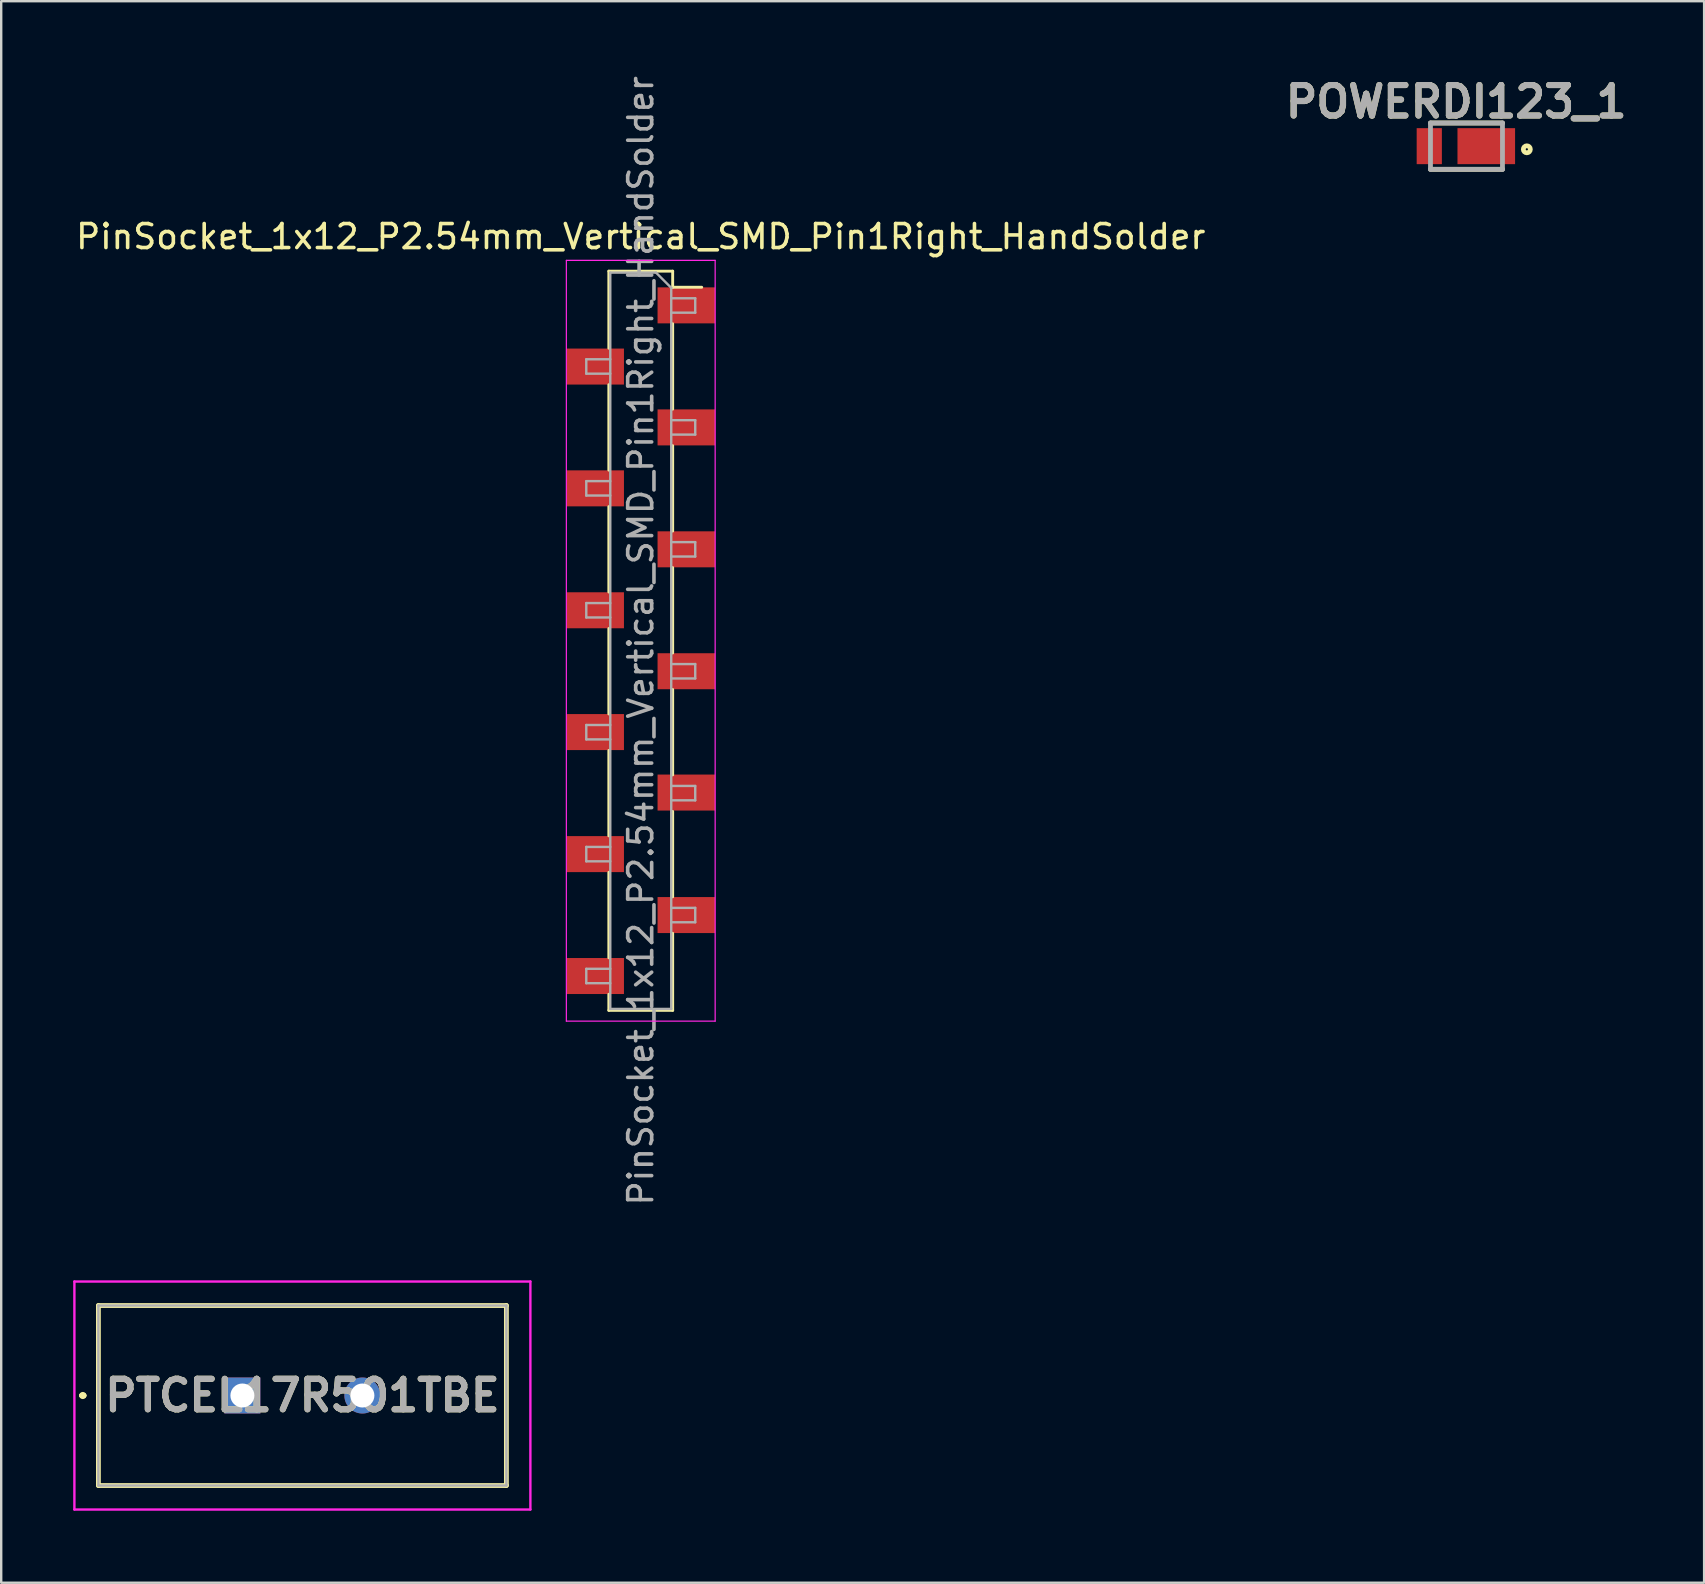
<source format=kicad_pcb>
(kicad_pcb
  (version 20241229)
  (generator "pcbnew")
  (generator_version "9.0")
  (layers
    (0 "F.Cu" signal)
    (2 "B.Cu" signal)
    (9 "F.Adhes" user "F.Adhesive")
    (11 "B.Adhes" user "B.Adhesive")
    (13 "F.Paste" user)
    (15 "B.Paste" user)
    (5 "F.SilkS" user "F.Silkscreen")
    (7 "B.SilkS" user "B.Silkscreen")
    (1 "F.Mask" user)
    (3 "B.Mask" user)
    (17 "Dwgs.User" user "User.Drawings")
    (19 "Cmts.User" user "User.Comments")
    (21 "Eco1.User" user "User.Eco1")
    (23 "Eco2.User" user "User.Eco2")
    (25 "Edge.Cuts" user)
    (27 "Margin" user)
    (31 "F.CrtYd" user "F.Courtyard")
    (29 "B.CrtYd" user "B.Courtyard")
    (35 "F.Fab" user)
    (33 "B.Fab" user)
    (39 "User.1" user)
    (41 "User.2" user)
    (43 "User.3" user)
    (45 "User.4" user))
  (footprint "PTCEL17R501TBE"
    (layer "F.Cu")
    (at 7.05 55.098)
    (property "Reference" "PTCEL17R501TBE" (at 2.5 0 0) (layer "F.SilkS") (effects (font (size 1.27 1.27) (thickness 0.254))))
    (attr through_hole)
    (fp_line (start -6.7 0) (end -6.7 0) (stroke (width 0.2) (type solid)) (layer "F.SilkS"))
    (fp_line (start -6.7 0) (end -6.6 0) (stroke (width 0.2) (type solid)) (layer "F.SilkS"))
    (fp_line (start -6.6 0) (end -6.6 0) (stroke (width 0.2) (type solid)) (layer "F.SilkS"))
    (fp_line (start -6 -3.75) (end 11 -3.75) (stroke (width 0.2) (type solid)) (layer "F.SilkS"))
    (fp_line (start -6 3.75) (end -6 -3.75) (stroke (width 0.2) (type solid)) (layer "F.SilkS"))
    (fp_line (start 11 -3.75) (end 11 3.75) (stroke (width 0.2) (type solid)) (layer "F.SilkS"))
    (fp_line (start 11 3.75) (end -6 3.75) (stroke (width 0.2) (type solid)) (layer "F.SilkS"))
    (fp_arc (start -6.7 0) (mid -6.65 -0.05) (end -6.6 0) (stroke (width 0.2) (type solid)) (layer "F.SilkS"))
    (fp_arc (start -6.6 0) (mid -6.65 0.05) (end -6.7 0) (stroke (width 0.2) (type solid)) (layer "F.SilkS"))
    (fp_line (start -7 -4.75) (end 12 -4.75) (stroke (width 0.1) (type solid)) (layer "F.CrtYd"))
    (fp_line (start -7 4.75) (end -7 -4.75) (stroke (width 0.1) (type solid)) (layer "F.CrtYd"))
    (fp_line (start 12 -4.75) (end 12 4.75) (stroke (width 0.1) (type solid)) (layer "F.CrtYd"))
    (fp_line (start 12 4.75) (end -7 4.75) (stroke (width 0.1) (type solid)) (layer "F.CrtYd"))
    (fp_line (start -6 -3.75) (end 11 -3.75) (stroke (width 0.1) (type solid)) (layer "F.Fab"))
    (fp_line (start -6 3.75) (end -6 -3.75) (stroke (width 0.1) (type solid)) (layer "F.Fab"))
    (fp_line (start 11 -3.75) (end 11 3.75) (stroke (width 0.1) (type solid)) (layer "F.Fab"))
    (fp_line (start 11 3.75) (end -6 3.75) (stroke (width 0.1) (type solid)) (layer "F.Fab"))
    (fp_text user "${REFERENCE}" (at 2.5 0 0) (layer "F.Fab") (effects (font (size 1.27 1.27) (thickness 0.254))))
    (pad "1" thru_hole rect (at 0 0) (size 1.5 1.5) (drill 1) (layers "*.Cu" "*.Mask"))
    (pad "2" thru_hole circle (at 5 0) (size 1.5 1.5) (drill 1) (layers "*.Cu" "*.Mask")))
  (footprint "POWERDI123_1"
    (layer "F.Cu")
    (at 58.055 3.04)
    (property "Reference" "POWERDI123_1" (at -0.428 -1.851 0) (layer "F.SilkS") (effects (font (size 1.27 1.27) (thickness 0.254))))
    (attr smd)
    (fp_line (start 1.5 -0.965) (end -1.5 -0.965) (stroke (width 0.2) (type solid)) (layer "F.SilkS"))
    (fp_line (start 1.5 0.965) (end -1.5 0.965) (stroke (width 0.2) (type solid)) (layer "F.SilkS"))
    (fp_circle (center 2.515 0.131) (end 2.515 0.177) (stroke (width 0.2) (type solid)) (fill no) (layer "F.SilkS"))
    (fp_line (start -1.5 -0.965) (end 1.5 -0.965) (stroke (width 0.2) (type solid)) (layer "F.Fab"))
    (fp_line (start -1.5 0.965) (end -1.5 -0.965) (stroke (width 0.2) (type solid)) (layer "F.Fab"))
    (fp_line (start 1.5 -0.965) (end 1.5 0.965) (stroke (width 0.2) (type solid)) (layer "F.Fab"))
    (fp_line (start 1.5 0.965) (end -1.5 0.965) (stroke (width 0.2) (type solid)) (layer "F.Fab"))
    (fp_text user "${REFERENCE}" (at -0.428 -1.851 0) (layer "F.Fab") (effects (font (size 1.27 1.27) (thickness 0.254))))
    (pad "1" smd rect (at 0.825 0 90) (size 1.5 2.4) (layers "F.Cu" "F.Mask" "F.Paste"))
    (pad "2" smd rect (at -1.55 0) (size 1.05 1.5) (layers "F.Cu" "F.Mask" "F.Paste")))
  (footprint "PinSocket_1x12_P2.54mm_Vertical_SMD_Pin1Right_HandSolder"
    (layer "F.Cu")
    (at 23.649 23.649)
    (property "Reference" "PinSocket_1x12_P2.54mm_Vertical_SMD_Pin1Right_HandSolder" (at 0 -16.84 0) (layer "F.SilkS") (effects (font (size 1 1) (thickness 0.15))))
    (attr smd)
    (fp_line (start -1.33 -15.4) (end -1.33 -12.19) (stroke (width 0.12) (type solid)) (layer "F.SilkS"))
    (fp_line (start -1.33 -15.4) (end 1.33 -15.4) (stroke (width 0.12) (type solid)) (layer "F.SilkS"))
    (fp_line (start -1.33 -10.67) (end -1.33 -7.11) (stroke (width 0.12) (type solid)) (layer "F.SilkS"))
    (fp_line (start -1.33 -5.59) (end -1.33 -2.03) (stroke (width 0.12) (type solid)) (layer "F.SilkS"))
    (fp_line (start -1.33 -0.51) (end -1.33 3.05) (stroke (width 0.12) (type solid)) (layer "F.SilkS"))
    (fp_line (start -1.33 4.57) (end -1.33 8.13) (stroke (width 0.12) (type solid)) (layer "F.SilkS"))
    (fp_line (start -1.33 9.65) (end -1.33 13.21) (stroke (width 0.12) (type solid)) (layer "F.SilkS"))
    (fp_line (start -1.33 14.73) (end -1.33 15.4) (stroke (width 0.12) (type solid)) (layer "F.SilkS"))
    (fp_line (start -1.33 15.4) (end 1.33 15.4) (stroke (width 0.12) (type solid)) (layer "F.SilkS"))
    (fp_line (start 1.33 -15.4) (end 1.33 -14.73) (stroke (width 0.12) (type solid)) (layer "F.SilkS"))
    (fp_line (start 1.33 -14.73) (end 2.54 -14.73) (stroke (width 0.12) (type solid)) (layer "F.SilkS"))
    (fp_line (start 1.33 -13.21) (end 1.33 -9.65) (stroke (width 0.12) (type solid)) (layer "F.SilkS"))
    (fp_line (start 1.33 -8.13) (end 1.33 -4.57) (stroke (width 0.12) (type solid)) (layer "F.SilkS"))
    (fp_line (start 1.33 -3.05) (end 1.33 0.51) (stroke (width 0.12) (type solid)) (layer "F.SilkS"))
    (fp_line (start 1.33 2.03) (end 1.33 5.59) (stroke (width 0.12) (type solid)) (layer "F.SilkS"))
    (fp_line (start 1.33 7.11) (end 1.33 10.67) (stroke (width 0.12) (type solid)) (layer "F.SilkS"))
    (fp_line (start 1.33 12.19) (end 1.33 15.4) (stroke (width 0.12) (type solid)) (layer "F.SilkS"))
    (fp_line (start -3.1 -15.85) (end 3.1 -15.85) (stroke (width 0.05) (type solid)) (layer "F.CrtYd"))
    (fp_line (start -3.1 15.85) (end -3.1 -15.85) (stroke (width 0.05) (type solid)) (layer "F.CrtYd"))
    (fp_line (start 3.1 -15.85) (end 3.1 15.85) (stroke (width 0.05) (type solid)) (layer "F.CrtYd"))
    (fp_line (start 3.1 15.85) (end -3.1 15.85) (stroke (width 0.05) (type solid)) (layer "F.CrtYd"))
    (fp_line (start -2.27 -11.73) (end -1.27 -11.73) (stroke (width 0.1) (type solid)) (layer "F.Fab"))
    (fp_line (start -2.27 -11.13) (end -2.27 -11.73) (stroke (width 0.1) (type solid)) (layer "F.Fab"))
    (fp_line (start -2.27 -6.65) (end -1.27 -6.65) (stroke (width 0.1) (type solid)) (layer "F.Fab"))
    (fp_line (start -2.27 -6.05) (end -2.27 -6.65) (stroke (width 0.1) (type solid)) (layer "F.Fab"))
    (fp_line (start -2.27 -1.57) (end -1.27 -1.57) (stroke (width 0.1) (type solid)) (layer "F.Fab"))
    (fp_line (start -2.27 -0.97) (end -2.27 -1.57) (stroke (width 0.1) (type solid)) (layer "F.Fab"))
    (fp_line (start -2.27 3.51) (end -1.27 3.51) (stroke (width 0.1) (type solid)) (layer "F.Fab"))
    (fp_line (start -2.27 4.11) (end -2.27 3.51) (stroke (width 0.1) (type solid)) (layer "F.Fab"))
    (fp_line (start -2.27 8.59) (end -1.27 8.59) (stroke (width 0.1) (type solid)) (layer "F.Fab"))
    (fp_line (start -2.27 9.19) (end -2.27 8.59) (stroke (width 0.1) (type solid)) (layer "F.Fab"))
    (fp_line (start -2.27 13.67) (end -1.27 13.67) (stroke (width 0.1) (type solid)) (layer "F.Fab"))
    (fp_line (start -2.27 14.27) (end -2.27 13.67) (stroke (width 0.1) (type solid)) (layer "F.Fab"))
    (fp_line (start -1.27 -15.34) (end 0.635 -15.34) (stroke (width 0.1) (type solid)) (layer "F.Fab"))
    (fp_line (start -1.27 -11.13) (end -2.27 -11.13) (stroke (width 0.1) (type solid)) (layer "F.Fab"))
    (fp_line (start -1.27 -6.05) (end -2.27 -6.05) (stroke (width 0.1) (type solid)) (layer "F.Fab"))
    (fp_line (start -1.27 -0.97) (end -2.27 -0.97) (stroke (width 0.1) (type solid)) (layer "F.Fab"))
    (fp_line (start -1.27 4.11) (end -2.27 4.11) (stroke (width 0.1) (type solid)) (layer "F.Fab"))
    (fp_line (start -1.27 9.19) (end -2.27 9.19) (stroke (width 0.1) (type solid)) (layer "F.Fab"))
    (fp_line (start -1.27 14.27) (end -2.27 14.27) (stroke (width 0.1) (type solid)) (layer "F.Fab"))
    (fp_line (start -1.27 15.34) (end -1.27 -15.34) (stroke (width 0.1) (type solid)) (layer "F.Fab"))
    (fp_line (start 0.635 -15.34) (end 1.27 -14.705) (stroke (width 0.1) (type solid)) (layer "F.Fab"))
    (fp_line (start 1.27 -14.705) (end 1.27 15.34) (stroke (width 0.1) (type solid)) (layer "F.Fab"))
    (fp_line (start 1.27 -14.27) (end 2.27 -14.27) (stroke (width 0.1) (type solid)) (layer "F.Fab"))
    (fp_line (start 1.27 -9.19) (end 2.27 -9.19) (stroke (width 0.1) (type solid)) (layer "F.Fab"))
    (fp_line (start 1.27 -4.11) (end 2.27 -4.11) (stroke (width 0.1) (type solid)) (layer "F.Fab"))
    (fp_line (start 1.27 0.97) (end 2.27 0.97) (stroke (width 0.1) (type solid)) (layer "F.Fab"))
    (fp_line (start 1.27 6.05) (end 2.27 6.05) (stroke (width 0.1) (type solid)) (layer "F.Fab"))
    (fp_line (start 1.27 11.13) (end 2.27 11.13) (stroke (width 0.1) (type solid)) (layer "F.Fab"))
    (fp_line (start 1.27 15.34) (end -1.27 15.34) (stroke (width 0.1) (type solid)) (layer "F.Fab"))
    (fp_line (start 2.27 -14.27) (end 2.27 -13.67) (stroke (width 0.1) (type solid)) (layer "F.Fab"))
    (fp_line (start 2.27 -13.67) (end 1.27 -13.67) (stroke (width 0.1) (type solid)) (layer "F.Fab"))
    (fp_line (start 2.27 -9.19) (end 2.27 -8.59) (stroke (width 0.1) (type solid)) (layer "F.Fab"))
    (fp_line (start 2.27 -8.59) (end 1.27 -8.59) (stroke (width 0.1) (type solid)) (layer "F.Fab"))
    (fp_line (start 2.27 -4.11) (end 2.27 -3.51) (stroke (width 0.1) (type solid)) (layer "F.Fab"))
    (fp_line (start 2.27 -3.51) (end 1.27 -3.51) (stroke (width 0.1) (type solid)) (layer "F.Fab"))
    (fp_line (start 2.27 0.97) (end 2.27 1.57) (stroke (width 0.1) (type solid)) (layer "F.Fab"))
    (fp_line (start 2.27 1.57) (end 1.27 1.57) (stroke (width 0.1) (type solid)) (layer "F.Fab"))
    (fp_line (start 2.27 6.05) (end 2.27 6.65) (stroke (width 0.1) (type solid)) (layer "F.Fab"))
    (fp_line (start 2.27 6.65) (end 1.27 6.65) (stroke (width 0.1) (type solid)) (layer "F.Fab"))
    (fp_line (start 2.27 11.13) (end 2.27 11.73) (stroke (width 0.1) (type solid)) (layer "F.Fab"))
    (fp_line (start 2.27 11.73) (end 1.27 11.73) (stroke (width 0.1) (type solid)) (layer "F.Fab"))
    (fp_text user "${REFERENCE}" (at 0 0 270) (layer "F.Fab") (effects (font (size 1 1) (thickness 0.15))))
    (pad "1" smd rect (at 1.9 -13.975) (size 2.4 1.5) (layers "F.Cu" "F.Mask" "F.Paste"))
    (pad "2" smd rect (at -1.9 -11.425) (size 2.4 1.5) (layers "F.Cu" "F.Mask" "F.Paste"))
    (pad "3" smd rect (at 1.9 -8.89) (size 2.4 1.5) (layers "F.Cu" "F.Mask" "F.Paste"))
    (pad "4" smd rect (at -1.9 -6.35) (size 2.4 1.5) (layers "F.Cu" "F.Mask" "F.Paste"))
    (pad "5" smd rect (at 1.9 -3.81) (size 2.4 1.5) (layers "F.Cu" "F.Mask" "F.Paste"))
    (pad "6" smd rect (at -1.9 -1.27) (size 2.4 1.5) (layers "F.Cu" "F.Mask" "F.Paste"))
    (pad "7" smd rect (at 1.9 1.27) (size 2.4 1.5) (layers "F.Cu" "F.Mask" "F.Paste"))
    (pad "8" smd rect (at -1.9 3.805) (size 2.4 1.5) (layers "F.Cu" "F.Mask" "F.Paste"))
    (pad "9" smd rect (at 1.9 6.325) (size 2.4 1.5) (layers "F.Cu" "F.Mask" "F.Paste"))
    (pad "10" smd rect (at -1.9 8.89) (size 2.4 1.5) (layers "F.Cu" "F.Mask" "F.Paste"))
    (pad "11" smd rect (at 1.9 11.43) (size 2.4 1.5) (layers "F.Cu" "F.Mask" "F.Paste"))
    (pad "12" smd rect (at -1.9 13.97) (size 2.4 1.5) (layers "F.Cu" "F.Mask" "F.Paste")))
  (gr_rect
    (start -3 -3)
    (end 67.957 62.898)
    (stroke (width 0.1) (type default))
    (fill no)
    (layer "Edge.Cuts")))
</source>
